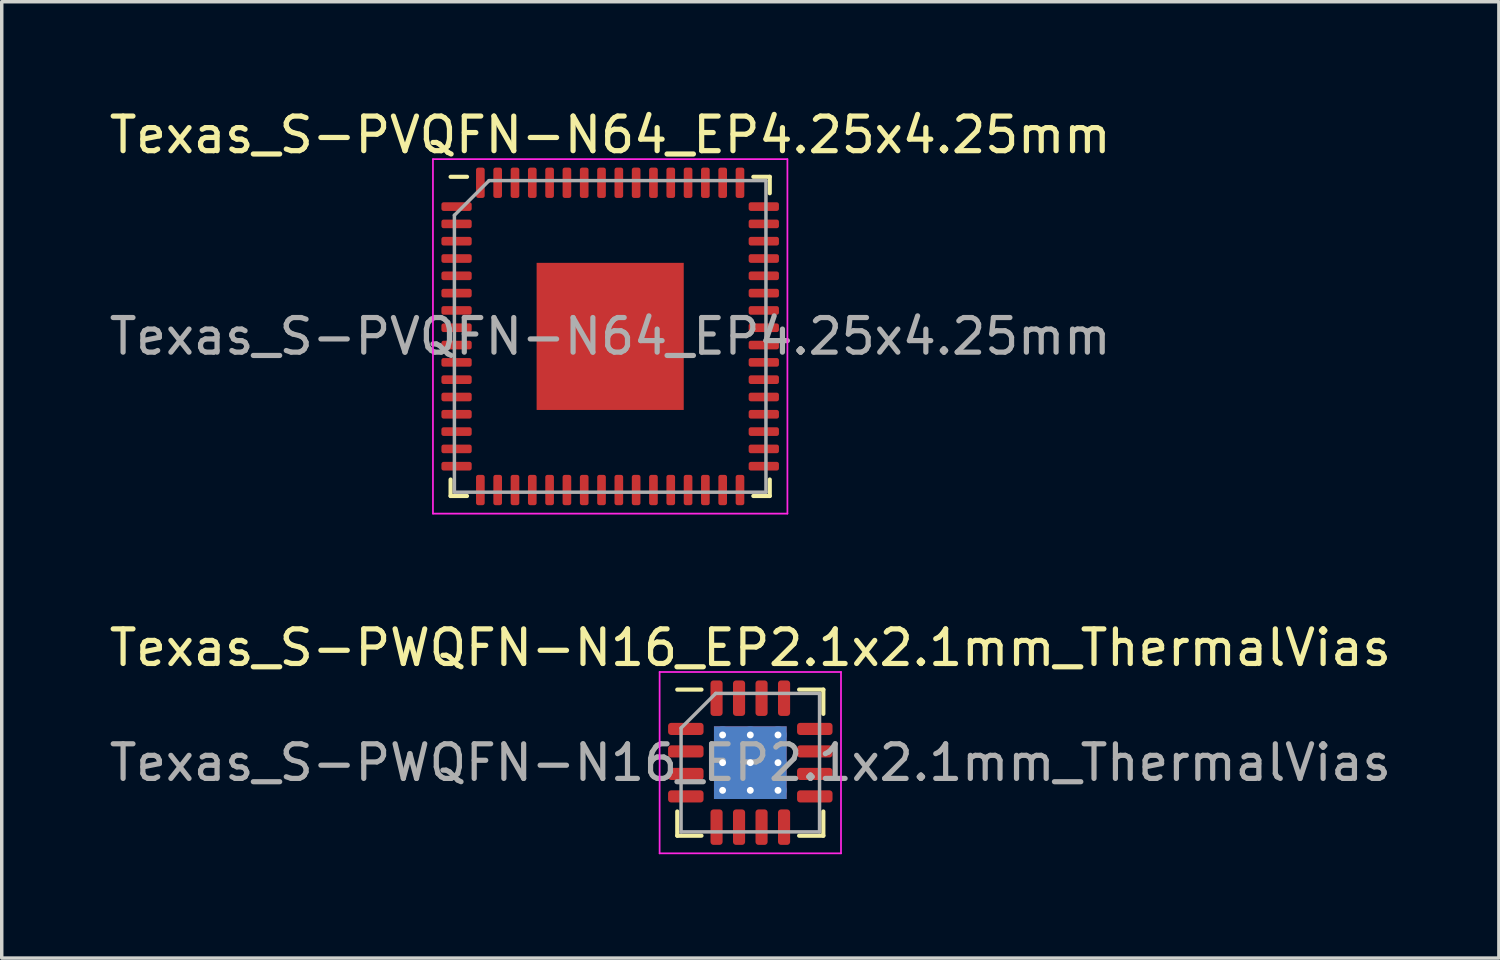
<source format=kicad_pcb>
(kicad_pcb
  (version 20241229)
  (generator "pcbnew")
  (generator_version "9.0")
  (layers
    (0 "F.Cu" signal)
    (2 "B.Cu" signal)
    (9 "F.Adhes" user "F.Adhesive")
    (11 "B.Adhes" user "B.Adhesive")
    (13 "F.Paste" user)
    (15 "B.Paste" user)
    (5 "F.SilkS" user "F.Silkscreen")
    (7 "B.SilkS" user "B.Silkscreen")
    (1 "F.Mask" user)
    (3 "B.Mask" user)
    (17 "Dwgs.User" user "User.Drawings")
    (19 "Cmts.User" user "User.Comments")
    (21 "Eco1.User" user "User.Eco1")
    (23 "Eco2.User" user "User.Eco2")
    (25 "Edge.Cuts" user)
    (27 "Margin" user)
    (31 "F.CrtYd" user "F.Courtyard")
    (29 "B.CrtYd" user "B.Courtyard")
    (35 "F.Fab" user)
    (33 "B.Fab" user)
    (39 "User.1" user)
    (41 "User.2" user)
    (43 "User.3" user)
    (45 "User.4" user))
  (footprint "Texas_S-PVQFN-N64_EP4.25x4.25mm"
    (layer "F.Cu")
    (at 14.577 6.668)
    (property "Reference" "Texas_S-PVQFN-N64_EP4.25x4.25mm" (at 0 -5.82 0) (layer "F.SilkS") (effects (font (size 1 1) (thickness 0.15))))
    (attr smd)
    (fp_line (start -4.61 4.61) (end -4.61 4.135) (stroke (width 0.12) (type solid)) (layer "F.SilkS"))
    (fp_line (start -4.135 -4.61) (end -4.61 -4.61) (stroke (width 0.12) (type solid)) (layer "F.SilkS"))
    (fp_line (start -4.135 4.61) (end -4.61 4.61) (stroke (width 0.12) (type solid)) (layer "F.SilkS"))
    (fp_line (start 4.135 -4.61) (end 4.61 -4.61) (stroke (width 0.12) (type solid)) (layer "F.SilkS"))
    (fp_line (start 4.135 4.61) (end 4.61 4.61) (stroke (width 0.12) (type solid)) (layer "F.SilkS"))
    (fp_line (start 4.61 -4.61) (end 4.61 -4.135) (stroke (width 0.12) (type solid)) (layer "F.SilkS"))
    (fp_line (start 4.61 4.61) (end 4.61 4.135) (stroke (width 0.12) (type solid)) (layer "F.SilkS"))
    (fp_line (start -5.12 -5.12) (end -5.12 5.12) (stroke (width 0.05) (type solid)) (layer "F.CrtYd"))
    (fp_line (start -5.12 5.12) (end 5.12 5.12) (stroke (width 0.05) (type solid)) (layer "F.CrtYd"))
    (fp_line (start 5.12 -5.12) (end -5.12 -5.12) (stroke (width 0.05) (type solid)) (layer "F.CrtYd"))
    (fp_line (start 5.12 5.12) (end 5.12 -5.12) (stroke (width 0.05) (type solid)) (layer "F.CrtYd"))
    (fp_line (start -4.5 -3.5) (end -3.5 -4.5) (stroke (width 0.1) (type solid)) (layer "F.Fab"))
    (fp_line (start -4.5 4.5) (end -4.5 -3.5) (stroke (width 0.1) (type solid)) (layer "F.Fab"))
    (fp_line (start -3.5 -4.5) (end 4.5 -4.5) (stroke (width 0.1) (type solid)) (layer "F.Fab"))
    (fp_line (start 4.5 -4.5) (end 4.5 4.5) (stroke (width 0.1) (type solid)) (layer "F.Fab"))
    (fp_line (start 4.5 4.5) (end -4.5 4.5) (stroke (width 0.1) (type solid)) (layer "F.Fab"))
    (fp_text user "${REFERENCE}" (at 0 0 0) (layer "F.Fab") (effects (font (size 1 1) (thickness 0.15))))
    (pad "" smd roundrect (at -1.06 -1.06) (size 1.71 1.71) (layers "F.Paste") (roundrect_rratio 0.146))
    (pad "" smd roundrect (at -1.06 1.06) (size 1.71 1.71) (layers "F.Paste") (roundrect_rratio 0.146))
    (pad "" smd roundrect (at 1.06 -1.06) (size 1.71 1.71) (layers "F.Paste") (roundrect_rratio 0.146))
    (pad "" smd roundrect (at 1.06 1.06) (size 1.71 1.71) (layers "F.Paste") (roundrect_rratio 0.146))
    (pad "1" smd roundrect (at -4.438 -3.75) (size 0.875 0.25) (layers "F.Cu" "F.Mask" "F.Paste") (roundrect_rratio 0.25))
    (pad "2" smd roundrect (at -4.438 -3.25) (size 0.875 0.25) (layers "F.Cu" "F.Mask" "F.Paste") (roundrect_rratio 0.25))
    (pad "3" smd roundrect (at -4.438 -2.75) (size 0.875 0.25) (layers "F.Cu" "F.Mask" "F.Paste") (roundrect_rratio 0.25))
    (pad "4" smd roundrect (at -4.438 -2.25) (size 0.875 0.25) (layers "F.Cu" "F.Mask" "F.Paste") (roundrect_rratio 0.25))
    (pad "5" smd roundrect (at -4.438 -1.75) (size 0.875 0.25) (layers "F.Cu" "F.Mask" "F.Paste") (roundrect_rratio 0.25))
    (pad "6" smd roundrect (at -4.438 -1.25) (size 0.875 0.25) (layers "F.Cu" "F.Mask" "F.Paste") (roundrect_rratio 0.25))
    (pad "7" smd roundrect (at -4.438 -0.75) (size 0.875 0.25) (layers "F.Cu" "F.Mask" "F.Paste") (roundrect_rratio 0.25))
    (pad "8" smd roundrect (at -4.438 -0.25) (size 0.875 0.25) (layers "F.Cu" "F.Mask" "F.Paste") (roundrect_rratio 0.25))
    (pad "9" smd roundrect (at -4.438 0.25) (size 0.875 0.25) (layers "F.Cu" "F.Mask" "F.Paste") (roundrect_rratio 0.25))
    (pad "10" smd roundrect (at -4.438 0.75) (size 0.875 0.25) (layers "F.Cu" "F.Mask" "F.Paste") (roundrect_rratio 0.25))
    (pad "11" smd roundrect (at -4.438 1.25) (size 0.875 0.25) (layers "F.Cu" "F.Mask" "F.Paste") (roundrect_rratio 0.25))
    (pad "12" smd roundrect (at -4.438 1.75) (size 0.875 0.25) (layers "F.Cu" "F.Mask" "F.Paste") (roundrect_rratio 0.25))
    (pad "13" smd roundrect (at -4.438 2.25) (size 0.875 0.25) (layers "F.Cu" "F.Mask" "F.Paste") (roundrect_rratio 0.25))
    (pad "14" smd roundrect (at -4.438 2.75) (size 0.875 0.25) (layers "F.Cu" "F.Mask" "F.Paste") (roundrect_rratio 0.25))
    (pad "15" smd roundrect (at -4.438 3.25) (size 0.875 0.25) (layers "F.Cu" "F.Mask" "F.Paste") (roundrect_rratio 0.25))
    (pad "16" smd roundrect (at -4.438 3.75) (size 0.875 0.25) (layers "F.Cu" "F.Mask" "F.Paste") (roundrect_rratio 0.25))
    (pad "17" smd roundrect (at -3.75 4.438) (size 0.25 0.875) (layers "F.Cu" "F.Mask" "F.Paste") (roundrect_rratio 0.25))
    (pad "18" smd roundrect (at -3.25 4.438) (size 0.25 0.875) (layers "F.Cu" "F.Mask" "F.Paste") (roundrect_rratio 0.25))
    (pad "19" smd roundrect (at -2.75 4.438) (size 0.25 0.875) (layers "F.Cu" "F.Mask" "F.Paste") (roundrect_rratio 0.25))
    (pad "20" smd roundrect (at -2.25 4.438) (size 0.25 0.875) (layers "F.Cu" "F.Mask" "F.Paste") (roundrect_rratio 0.25))
    (pad "21" smd roundrect (at -1.75 4.438) (size 0.25 0.875) (layers "F.Cu" "F.Mask" "F.Paste") (roundrect_rratio 0.25))
    (pad "22" smd roundrect (at -1.25 4.438) (size 0.25 0.875) (layers "F.Cu" "F.Mask" "F.Paste") (roundrect_rratio 0.25))
    (pad "23" smd roundrect (at -0.75 4.438) (size 0.25 0.875) (layers "F.Cu" "F.Mask" "F.Paste") (roundrect_rratio 0.25))
    (pad "24" smd roundrect (at -0.25 4.438) (size 0.25 0.875) (layers "F.Cu" "F.Mask" "F.Paste") (roundrect_rratio 0.25))
    (pad "25" smd roundrect (at 0.25 4.438) (size 0.25 0.875) (layers "F.Cu" "F.Mask" "F.Paste") (roundrect_rratio 0.25))
    (pad "26" smd roundrect (at 0.75 4.438) (size 0.25 0.875) (layers "F.Cu" "F.Mask" "F.Paste") (roundrect_rratio 0.25))
    (pad "27" smd roundrect (at 1.25 4.438) (size 0.25 0.875) (layers "F.Cu" "F.Mask" "F.Paste") (roundrect_rratio 0.25))
    (pad "28" smd roundrect (at 1.75 4.438) (size 0.25 0.875) (layers "F.Cu" "F.Mask" "F.Paste") (roundrect_rratio 0.25))
    (pad "29" smd roundrect (at 2.25 4.438) (size 0.25 0.875) (layers "F.Cu" "F.Mask" "F.Paste") (roundrect_rratio 0.25))
    (pad "30" smd roundrect (at 2.75 4.438) (size 0.25 0.875) (layers "F.Cu" "F.Mask" "F.Paste") (roundrect_rratio 0.25))
    (pad "31" smd roundrect (at 3.25 4.438) (size 0.25 0.875) (layers "F.Cu" "F.Mask" "F.Paste") (roundrect_rratio 0.25))
    (pad "32" smd roundrect (at 3.75 4.438) (size 0.25 0.875) (layers "F.Cu" "F.Mask" "F.Paste") (roundrect_rratio 0.25))
    (pad "33" smd roundrect (at 4.438 3.75) (size 0.875 0.25) (layers "F.Cu" "F.Mask" "F.Paste") (roundrect_rratio 0.25))
    (pad "34" smd roundrect (at 4.438 3.25) (size 0.875 0.25) (layers "F.Cu" "F.Mask" "F.Paste") (roundrect_rratio 0.25))
    (pad "35" smd roundrect (at 4.438 2.75) (size 0.875 0.25) (layers "F.Cu" "F.Mask" "F.Paste") (roundrect_rratio 0.25))
    (pad "36" smd roundrect (at 4.438 2.25) (size 0.875 0.25) (layers "F.Cu" "F.Mask" "F.Paste") (roundrect_rratio 0.25))
    (pad "37" smd roundrect (at 4.438 1.75) (size 0.875 0.25) (layers "F.Cu" "F.Mask" "F.Paste") (roundrect_rratio 0.25))
    (pad "38" smd roundrect (at 4.438 1.25) (size 0.875 0.25) (layers "F.Cu" "F.Mask" "F.Paste") (roundrect_rratio 0.25))
    (pad "39" smd roundrect (at 4.438 0.75) (size 0.875 0.25) (layers "F.Cu" "F.Mask" "F.Paste") (roundrect_rratio 0.25))
    (pad "40" smd roundrect (at 4.438 0.25) (size 0.875 0.25) (layers "F.Cu" "F.Mask" "F.Paste") (roundrect_rratio 0.25))
    (pad "41" smd roundrect (at 4.438 -0.25) (size 0.875 0.25) (layers "F.Cu" "F.Mask" "F.Paste") (roundrect_rratio 0.25))
    (pad "42" smd roundrect (at 4.438 -0.75) (size 0.875 0.25) (layers "F.Cu" "F.Mask" "F.Paste") (roundrect_rratio 0.25))
    (pad "43" smd roundrect (at 4.438 -1.25) (size 0.875 0.25) (layers "F.Cu" "F.Mask" "F.Paste") (roundrect_rratio 0.25))
    (pad "44" smd roundrect (at 4.438 -1.75) (size 0.875 0.25) (layers "F.Cu" "F.Mask" "F.Paste") (roundrect_rratio 0.25))
    (pad "45" smd roundrect (at 4.438 -2.25) (size 0.875 0.25) (layers "F.Cu" "F.Mask" "F.Paste") (roundrect_rratio 0.25))
    (pad "46" smd roundrect (at 4.438 -2.75) (size 0.875 0.25) (layers "F.Cu" "F.Mask" "F.Paste") (roundrect_rratio 0.25))
    (pad "47" smd roundrect (at 4.438 -3.25) (size 0.875 0.25) (layers "F.Cu" "F.Mask" "F.Paste") (roundrect_rratio 0.25))
    (pad "48" smd roundrect (at 4.438 -3.75) (size 0.875 0.25) (layers "F.Cu" "F.Mask" "F.Paste") (roundrect_rratio 0.25))
    (pad "49" smd roundrect (at 3.75 -4.438) (size 0.25 0.875) (layers "F.Cu" "F.Mask" "F.Paste") (roundrect_rratio 0.25))
    (pad "50" smd roundrect (at 3.25 -4.438) (size 0.25 0.875) (layers "F.Cu" "F.Mask" "F.Paste") (roundrect_rratio 0.25))
    (pad "51" smd roundrect (at 2.75 -4.438) (size 0.25 0.875) (layers "F.Cu" "F.Mask" "F.Paste") (roundrect_rratio 0.25))
    (pad "52" smd roundrect (at 2.25 -4.438) (size 0.25 0.875) (layers "F.Cu" "F.Mask" "F.Paste") (roundrect_rratio 0.25))
    (pad "53" smd roundrect (at 1.75 -4.438) (size 0.25 0.875) (layers "F.Cu" "F.Mask" "F.Paste") (roundrect_rratio 0.25))
    (pad "54" smd roundrect (at 1.25 -4.438) (size 0.25 0.875) (layers "F.Cu" "F.Mask" "F.Paste") (roundrect_rratio 0.25))
    (pad "55" smd roundrect (at 0.75 -4.438) (size 0.25 0.875) (layers "F.Cu" "F.Mask" "F.Paste") (roundrect_rratio 0.25))
    (pad "56" smd roundrect (at 0.25 -4.438) (size 0.25 0.875) (layers "F.Cu" "F.Mask" "F.Paste") (roundrect_rratio 0.25))
    (pad "57" smd roundrect (at -0.25 -4.438) (size 0.25 0.875) (layers "F.Cu" "F.Mask" "F.Paste") (roundrect_rratio 0.25))
    (pad "58" smd roundrect (at -0.75 -4.438) (size 0.25 0.875) (layers "F.Cu" "F.Mask" "F.Paste") (roundrect_rratio 0.25))
    (pad "59" smd roundrect (at -1.25 -4.438) (size 0.25 0.875) (layers "F.Cu" "F.Mask" "F.Paste") (roundrect_rratio 0.25))
    (pad "60" smd roundrect (at -1.75 -4.438) (size 0.25 0.875) (layers "F.Cu" "F.Mask" "F.Paste") (roundrect_rratio 0.25))
    (pad "61" smd roundrect (at -2.25 -4.438) (size 0.25 0.875) (layers "F.Cu" "F.Mask" "F.Paste") (roundrect_rratio 0.25))
    (pad "62" smd roundrect (at -2.75 -4.438) (size 0.25 0.875) (layers "F.Cu" "F.Mask" "F.Paste") (roundrect_rratio 0.25))
    (pad "63" smd roundrect (at -3.25 -4.438) (size 0.25 0.875) (layers "F.Cu" "F.Mask" "F.Paste") (roundrect_rratio 0.25))
    (pad "64" smd roundrect (at -3.75 -4.438) (size 0.25 0.875) (layers "F.Cu" "F.Mask" "F.Paste") (roundrect_rratio 0.25))
    (pad "65" smd rect (at 0 0) (size 4.25 4.25) (layers "F.Cu" "F.Mask")))
  (footprint "Texas_S-PWQFN-N16_EP2.1x2.1mm_ThermalVias"
    (layer "F.Cu")
    (at 18.625 18.982)
    (property "Reference" "Texas_S-PWQFN-N16_EP2.1x2.1mm_ThermalVias" (at 0 -3.32 0) (layer "F.SilkS") (effects (font (size 1 1) (thickness 0.15))))
    (attr smd)
    (fp_line (start -2.11 2.11) (end -2.11 1.41) (stroke (width 0.12) (type solid)) (layer "F.SilkS"))
    (fp_line (start -1.41 -2.11) (end -2.11 -2.11) (stroke (width 0.12) (type solid)) (layer "F.SilkS"))
    (fp_line (start -1.41 2.11) (end -2.11 2.11) (stroke (width 0.12) (type solid)) (layer "F.SilkS"))
    (fp_line (start 1.41 -2.11) (end 2.11 -2.11) (stroke (width 0.12) (type solid)) (layer "F.SilkS"))
    (fp_line (start 1.41 2.11) (end 2.11 2.11) (stroke (width 0.12) (type solid)) (layer "F.SilkS"))
    (fp_line (start 2.11 -2.11) (end 2.11 -1.41) (stroke (width 0.12) (type solid)) (layer "F.SilkS"))
    (fp_line (start 2.11 2.11) (end 2.11 1.41) (stroke (width 0.12) (type solid)) (layer "F.SilkS"))
    (fp_line (start -2.62 -2.62) (end -2.62 2.62) (stroke (width 0.05) (type solid)) (layer "F.CrtYd"))
    (fp_line (start -2.62 2.62) (end 2.62 2.62) (stroke (width 0.05) (type solid)) (layer "F.CrtYd"))
    (fp_line (start 2.62 -2.62) (end -2.62 -2.62) (stroke (width 0.05) (type solid)) (layer "F.CrtYd"))
    (fp_line (start 2.62 2.62) (end 2.62 -2.62) (stroke (width 0.05) (type solid)) (layer "F.CrtYd"))
    (fp_line (start -2 -1) (end -1 -2) (stroke (width 0.1) (type solid)) (layer "F.Fab"))
    (fp_line (start -2 2) (end -2 -1) (stroke (width 0.1) (type solid)) (layer "F.Fab"))
    (fp_line (start -1 -2) (end 2 -2) (stroke (width 0.1) (type solid)) (layer "F.Fab"))
    (fp_line (start 2 -2) (end 2 2) (stroke (width 0.1) (type solid)) (layer "F.Fab"))
    (fp_line (start 2 2) (end -2 2) (stroke (width 0.1) (type solid)) (layer "F.Fab"))
    (fp_text user "${REFERENCE}" (at 0 0 0) (layer "F.Fab") (effects (font (size 1 1) (thickness 0.15))))
    (pad "" smd roundrect (at -0.525 -0.525) (size 0.88 0.88) (layers "F.Paste") (roundrect_rratio 0.25))
    (pad "" smd roundrect (at -0.525 0.525) (size 0.88 0.88) (layers "F.Paste") (roundrect_rratio 0.25))
    (pad "" smd roundrect (at 0.525 -0.525) (size 0.88 0.88) (layers "F.Paste") (roundrect_rratio 0.25))
    (pad "" smd roundrect (at 0.525 0.525) (size 0.88 0.88) (layers "F.Paste") (roundrect_rratio 0.25))
    (pad "1" smd roundrect (at -1.863 -0.975) (size 1.025 0.35) (layers "F.Cu" "F.Mask" "F.Paste") (roundrect_rratio 0.25))
    (pad "2" smd roundrect (at -1.863 -0.325) (size 1.025 0.35) (layers "F.Cu" "F.Mask" "F.Paste") (roundrect_rratio 0.25))
    (pad "3" smd roundrect (at -1.863 0.325) (size 1.025 0.35) (layers "F.Cu" "F.Mask" "F.Paste") (roundrect_rratio 0.25))
    (pad "4" smd roundrect (at -1.863 0.975) (size 1.025 0.35) (layers "F.Cu" "F.Mask" "F.Paste") (roundrect_rratio 0.25))
    (pad "5" smd roundrect (at -0.975 1.863) (size 0.35 1.025) (layers "F.Cu" "F.Mask" "F.Paste") (roundrect_rratio 0.25))
    (pad "6" smd roundrect (at -0.325 1.863) (size 0.35 1.025) (layers "F.Cu" "F.Mask" "F.Paste") (roundrect_rratio 0.25))
    (pad "7" smd roundrect (at 0.325 1.863) (size 0.35 1.025) (layers "F.Cu" "F.Mask" "F.Paste") (roundrect_rratio 0.25))
    (pad "8" smd roundrect (at 0.975 1.863) (size 0.35 1.025) (layers "F.Cu" "F.Mask" "F.Paste") (roundrect_rratio 0.25))
    (pad "9" smd roundrect (at 1.863 0.975) (size 1.025 0.35) (layers "F.Cu" "F.Mask" "F.Paste") (roundrect_rratio 0.25))
    (pad "10" smd roundrect (at 1.863 0.325) (size 1.025 0.35) (layers "F.Cu" "F.Mask" "F.Paste") (roundrect_rratio 0.25))
    (pad "11" smd roundrect (at 1.863 -0.325) (size 1.025 0.35) (layers "F.Cu" "F.Mask" "F.Paste") (roundrect_rratio 0.25))
    (pad "12" smd roundrect (at 1.863 -0.975) (size 1.025 0.35) (layers "F.Cu" "F.Mask" "F.Paste") (roundrect_rratio 0.25))
    (pad "13" smd roundrect (at 0.975 -1.863) (size 0.35 1.025) (layers "F.Cu" "F.Mask" "F.Paste") (roundrect_rratio 0.25))
    (pad "14" smd roundrect (at 0.325 -1.863) (size 0.35 1.025) (layers "F.Cu" "F.Mask" "F.Paste") (roundrect_rratio 0.25))
    (pad "15" smd roundrect (at -0.325 -1.863) (size 0.35 1.025) (layers "F.Cu" "F.Mask" "F.Paste") (roundrect_rratio 0.25))
    (pad "16" smd roundrect (at -0.975 -1.863) (size 0.35 1.025) (layers "F.Cu" "F.Mask" "F.Paste") (roundrect_rratio 0.25))
    (pad "17" thru_hole circle (at -0.8 -0.8) (size 0.5 0.5) (drill 0.2) (layers "*.Cu"))
    (pad "17" thru_hole circle (at -0.8 0) (size 0.5 0.5) (drill 0.2) (layers "*.Cu"))
    (pad "17" thru_hole circle (at -0.8 0.8) (size 0.5 0.5) (drill 0.2) (layers "*.Cu"))
    (pad "17" thru_hole circle (at 0 -0.8) (size 0.5 0.5) (drill 0.2) (layers "*.Cu"))
    (pad "17" thru_hole circle (at 0 0) (size 0.5 0.5) (drill 0.2) (layers "*.Cu"))
    (pad "17" smd rect (at 0 0) (size 2.1 2.1) (layers "F.Cu" "F.Mask"))
    (pad "17" smd rect (at 0 0) (size 2.1 2.1) (layers "B.Cu"))
    (pad "17" thru_hole circle (at 0 0.8) (size 0.5 0.5) (drill 0.2) (layers "*.Cu"))
    (pad "17" thru_hole circle (at 0.8 -0.8) (size 0.5 0.5) (drill 0.2) (layers "*.Cu"))
    (pad "17" thru_hole circle (at 0.8 0) (size 0.5 0.5) (drill 0.2) (layers "*.Cu"))
    (pad "17" thru_hole circle (at 0.8 0.8) (size 0.5 0.5) (drill 0.2) (layers "*.Cu")))
  (gr_rect
    (start -3 -3)
    (end 40.25 24.627)
    (stroke (width 0.1) (type default))
    (fill no)
    (layer "Edge.Cuts")))
</source>
